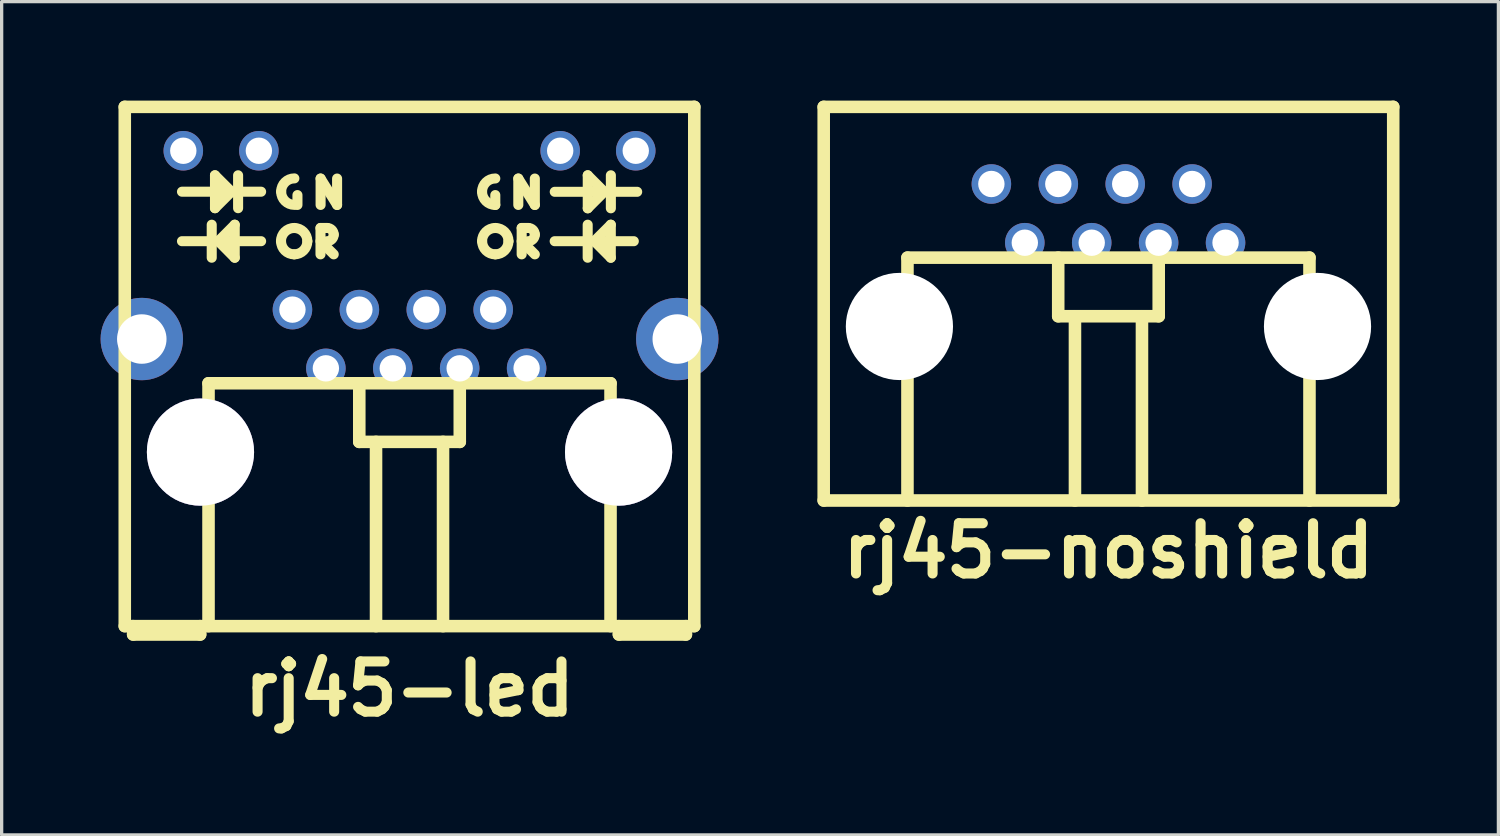
<source format=kicad_pcb>
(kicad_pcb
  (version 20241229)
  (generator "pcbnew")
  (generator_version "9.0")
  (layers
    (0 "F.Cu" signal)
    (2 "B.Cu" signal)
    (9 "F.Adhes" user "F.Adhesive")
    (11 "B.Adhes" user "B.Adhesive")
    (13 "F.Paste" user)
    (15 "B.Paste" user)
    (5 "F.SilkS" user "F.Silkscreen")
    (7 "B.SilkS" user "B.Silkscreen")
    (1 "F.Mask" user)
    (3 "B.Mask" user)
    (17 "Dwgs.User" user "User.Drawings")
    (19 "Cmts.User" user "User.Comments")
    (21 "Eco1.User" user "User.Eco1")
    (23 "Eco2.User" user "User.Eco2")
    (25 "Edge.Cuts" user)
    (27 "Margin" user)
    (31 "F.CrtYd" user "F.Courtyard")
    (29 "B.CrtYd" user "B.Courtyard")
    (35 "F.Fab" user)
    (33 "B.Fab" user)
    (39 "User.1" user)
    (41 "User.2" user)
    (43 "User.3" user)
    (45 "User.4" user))
  (footprint "rj45-led"
    (layer "F.Cu")
    (at 9.37 8.065)
    (property "Reference" "rj45-led" (at 0 9.779 0) (layer "F.SilkS") (effects (font (size 1.524 1.524) (thickness 0.305))))
    (attr through_hole)
    (fp_line (start -8.636 -7.874) (end 8.636 -7.874) (stroke (width 0.381) (type solid)) (layer "F.SilkS"))
    (fp_line (start -8.636 7.874) (end -8.636 -7.874) (stroke (width 0.381) (type solid)) (layer "F.SilkS"))
    (fp_line (start -8.382 7.874) (end -8.382 8.128) (stroke (width 0.381) (type solid)) (layer "F.SilkS"))
    (fp_line (start -8.382 8.128) (end -6.35 8.128) (stroke (width 0.381) (type solid)) (layer "F.SilkS"))
    (fp_line (start -6.901 -5.301) (end -4.501 -5.301) (stroke (width 0.305) (type solid)) (layer "F.SilkS"))
    (fp_line (start -6.901 -3.8) (end -4.501 -3.8) (stroke (width 0.305) (type solid)) (layer "F.SilkS"))
    (fp_line (start -6.35 8.128) (end -6.35 7.874) (stroke (width 0.381) (type solid)) (layer "F.SilkS"))
    (fp_line (start -6.096 0.508) (end 6.096 0.508) (stroke (width 0.381) (type solid)) (layer "F.SilkS"))
    (fp_line (start -6.096 7.874) (end -6.096 0.508) (stroke (width 0.381) (type solid)) (layer "F.SilkS"))
    (fp_line (start -5.999 -4.3) (end -5.999 -3.299) (stroke (width 0.305) (type solid)) (layer "F.SilkS"))
    (fp_line (start -5.9 -5.799) (end -5.9 -4.801) (stroke (width 0.305) (type solid)) (layer "F.SilkS"))
    (fp_line (start -5.9 -4.801) (end -5.4 -5.301) (stroke (width 0.305) (type solid)) (layer "F.SilkS"))
    (fp_line (start -5.799 -3.8) (end -5.301 -3.299) (stroke (width 0.305) (type solid)) (layer "F.SilkS"))
    (fp_line (start -5.4 -5.301) (end -5.9 -5.799) (stroke (width 0.305) (type solid)) (layer "F.SilkS"))
    (fp_line (start -5.301 -4.3) (end -5.799 -3.8) (stroke (width 0.305) (type solid)) (layer "F.SilkS"))
    (fp_line (start -5.301 -3.299) (end -5.301 -4.3) (stroke (width 0.305) (type solid)) (layer "F.SilkS"))
    (fp_line (start -5.199 -5.799) (end -5.199 -4.801) (stroke (width 0.305) (type solid)) (layer "F.SilkS"))
    (fp_line (start -3.399 -5.199) (end -3.399 -4.9) (stroke (width 0.305) (type solid)) (layer "F.SilkS"))
    (fp_line (start -2.7 -3.8) (end -2.299 -3.401) (stroke (width 0.305) (type solid)) (layer "F.SilkS"))
    (fp_line (start -2.7 -3.401) (end -2.7 -4.201) (stroke (width 0.305) (type solid)) (layer "F.SilkS"))
    (fp_line (start -2.697 -5.7) (end -2.197 -4.9) (stroke (width 0.305) (type solid)) (layer "F.SilkS"))
    (fp_line (start -2.697 -4.9) (end -2.697 -5.7) (stroke (width 0.305) (type solid)) (layer "F.SilkS"))
    (fp_line (start -2.499 -4.201) (end -2.7 -4.201) (stroke (width 0.305) (type solid)) (layer "F.SilkS"))
    (fp_line (start -2.197 -4.9) (end -2.197 -5.7) (stroke (width 0.305) (type solid)) (layer "F.SilkS"))
    (fp_line (start -1.524 2.286) (end -1.524 0.508) (stroke (width 0.381) (type solid)) (layer "F.SilkS"))
    (fp_line (start -1.016 7.874) (end -1.016 2.286) (stroke (width 0.381) (type solid)) (layer "F.SilkS"))
    (fp_line (start 1.016 2.286) (end 1.016 7.874) (stroke (width 0.381) (type solid)) (layer "F.SilkS"))
    (fp_line (start 1.524 0.508) (end 1.524 2.286) (stroke (width 0.381) (type solid)) (layer "F.SilkS"))
    (fp_line (start 1.524 2.286) (end -1.524 2.286) (stroke (width 0.381) (type solid)) (layer "F.SilkS"))
    (fp_line (start 2.601 -4.9) (end 2.601 -5.199) (stroke (width 0.305) (type solid)) (layer "F.SilkS"))
    (fp_line (start 3.299 -5.7) (end 3.8 -4.9) (stroke (width 0.305) (type solid)) (layer "F.SilkS"))
    (fp_line (start 3.299 -4.9) (end 3.299 -5.7) (stroke (width 0.305) (type solid)) (layer "F.SilkS"))
    (fp_line (start 3.401 -3.401) (end 3.401 -4.201) (stroke (width 0.305) (type solid)) (layer "F.SilkS"))
    (fp_line (start 3.599 -4.201) (end 3.401 -4.201) (stroke (width 0.305) (type solid)) (layer "F.SilkS"))
    (fp_line (start 3.8 -4.9) (end 3.8 -5.7) (stroke (width 0.305) (type solid)) (layer "F.SilkS"))
    (fp_line (start 3.8 -3.401) (end 3.401 -3.8) (stroke (width 0.305) (type solid)) (layer "F.SilkS"))
    (fp_line (start 4.402 -3.8) (end 6.802 -3.8) (stroke (width 0.305) (type solid)) (layer "F.SilkS"))
    (fp_line (start 4.404 -5.298) (end 6.904 -5.298) (stroke (width 0.305) (type solid)) (layer "F.SilkS"))
    (fp_line (start 5.403 -4.3) (end 5.403 -3.299) (stroke (width 0.305) (type solid)) (layer "F.SilkS"))
    (fp_line (start 5.405 -5.799) (end 5.905 -5.298) (stroke (width 0.305) (type solid)) (layer "F.SilkS"))
    (fp_line (start 5.405 -4.798) (end 5.405 -5.799) (stroke (width 0.305) (type solid)) (layer "F.SilkS"))
    (fp_line (start 5.603 -3.8) (end 6.104 -4.3) (stroke (width 0.305) (type solid)) (layer "F.SilkS"))
    (fp_line (start 5.905 -5.298) (end 5.405 -4.798) (stroke (width 0.305) (type solid)) (layer "F.SilkS"))
    (fp_line (start 6.096 0.508) (end 6.096 7.874) (stroke (width 0.381) (type solid)) (layer "F.SilkS"))
    (fp_line (start 6.104 -4.3) (end 6.104 -3.299) (stroke (width 0.305) (type solid)) (layer "F.SilkS"))
    (fp_line (start 6.104 -3.299) (end 5.603 -3.8) (stroke (width 0.305) (type solid)) (layer "F.SilkS"))
    (fp_line (start 6.106 -5.799) (end 6.106 -4.798) (stroke (width 0.305) (type solid)) (layer "F.SilkS"))
    (fp_line (start 6.35 7.874) (end 6.35 8.128) (stroke (width 0.381) (type solid)) (layer "F.SilkS"))
    (fp_line (start 6.35 8.128) (end 8.382 8.128) (stroke (width 0.381) (type solid)) (layer "F.SilkS"))
    (fp_line (start 8.382 8.128) (end 8.382 7.874) (stroke (width 0.381) (type solid)) (layer "F.SilkS"))
    (fp_line (start 8.636 -7.874) (end 8.636 7.874) (stroke (width 0.381) (type solid)) (layer "F.SilkS"))
    (fp_line (start 8.636 7.874) (end -8.636 7.874) (stroke (width 0.381) (type solid)) (layer "F.SilkS"))
    (fp_arc (start -3.8989 -3.79984) (mid -3.781356 -4.083616) (end -3.49758 -4.20116) (stroke (width 0.3048) (type solid)) (layer "F.SilkS"))
    (fp_arc (start -3.89382 -5.30352) (mid -3.776276 -5.587296) (end -3.4925 -5.70484) (stroke (width 0.3048) (type solid)) (layer "F.SilkS"))
    (fp_arc (start -3.50012 -4.20116) (mid -3.216344 -4.083616) (end -3.0988 -3.79984) (stroke (width 0.3048) (type solid)) (layer "F.SilkS"))
    (fp_arc (start -3.49758 -3.40106) (mid -3.77956 -3.51786) (end -3.89636 -3.79984) (stroke (width 0.3048) (type solid)) (layer "F.SilkS"))
    (fp_arc (start -3.4925 -4.9022) (mid -3.776276 -5.019744) (end -3.89382 -5.30352) (stroke (width 0.3048) (type solid)) (layer "F.SilkS"))
    (fp_arc (start -3.0988 -3.79984) (mid -3.2156 -3.51786) (end -3.49758 -3.40106) (stroke (width 0.3048) (type solid)) (layer "F.SilkS"))
    (fp_arc (start -2.49936 -4.20116) (mid -2.357472 -4.142388) (end -2.2987 -4.0005) (stroke (width 0.3048) (type solid)) (layer "F.SilkS"))
    (fp_arc (start -2.2987 -4.0005) (mid -2.357472 -3.858612) (end -2.49936 -3.79984) (stroke (width 0.3048) (type solid)) (layer "F.SilkS"))
    (fp_arc (start 2.19964 -5.30098) (mid 2.317184 -5.584756) (end 2.60096 -5.7023) (stroke (width 0.3048) (type solid)) (layer "F.SilkS"))
    (fp_arc (start 2.19964 -3.79984) (mid 2.317184 -4.083616) (end 2.60096 -4.20116) (stroke (width 0.3048) (type solid)) (layer "F.SilkS"))
    (fp_arc (start 2.60096 -4.89966) (mid 2.317184 -5.017204) (end 2.19964 -5.30098) (stroke (width 0.3048) (type solid)) (layer "F.SilkS"))
    (fp_arc (start 2.60096 -4.20116) (mid 2.884736 -4.083616) (end 3.00228 -3.79984) (stroke (width 0.3048) (type solid)) (layer "F.SilkS"))
    (fp_arc (start 2.60096 -3.40106) (mid 2.31898 -3.51786) (end 2.20218 -3.79984) (stroke (width 0.3048) (type solid)) (layer "F.SilkS"))
    (fp_arc (start 2.99974 -3.79984) (mid 2.88294 -3.51786) (end 2.60096 -3.40106) (stroke (width 0.3048) (type solid)) (layer "F.SilkS"))
    (fp_arc (start 3.59918 -4.20116) (mid 3.741068 -4.142388) (end 3.79984 -4.0005) (stroke (width 0.3048) (type solid)) (layer "F.SilkS"))
    (fp_arc (start 3.79984 -4.0005) (mid 3.741068 -3.858612) (end 3.59918 -3.79984) (stroke (width 0.3048) (type solid)) (layer "F.SilkS"))
    (pad "" thru_hole circle (at -8.12 -0.833) (size 2.499 2.499) (drill 1.501) (layers "*.Cu"))
    (pad "" thru_hole circle (at -6.34 2.596) (size 3.251 3.251) (drill 3.251) (layers "*.Cu"))
    (pad "" thru_hole circle (at 6.34 2.596) (size 3.251 3.251) (drill 3.251) (layers "*.Cu"))
    (pad "" thru_hole circle (at 8.12 -0.833) (size 2.499 2.499) (drill 1.501) (layers "*.Cu"))
    (pad "1" thru_hole circle (at 3.551 0.056) (size 1.199 1.199) (drill 0.8) (layers "*.Cu"))
    (pad "2" thru_hole circle (at 2.537 -1.725) (size 1.199 1.199) (drill 0.8) (layers "*.Cu"))
    (pad "3" thru_hole circle (at 1.521 0.056) (size 1.199 1.199) (drill 0.8) (layers "*.Cu"))
    (pad "4" thru_hole circle (at 0.508 -1.725) (size 1.199 1.199) (drill 0.8) (layers "*.Cu"))
    (pad "5" thru_hole circle (at -0.508 0.056) (size 1.199 1.199) (drill 0.8) (layers "*.Cu"))
    (pad "6" thru_hole circle (at -1.521 -1.725) (size 1.199 1.199) (drill 0.8) (layers "*.Cu"))
    (pad "7" thru_hole circle (at -2.537 0.056) (size 1.199 1.199) (drill 0.8) (layers "*.Cu"))
    (pad "8" thru_hole circle (at -3.551 -1.725) (size 1.199 1.199) (drill 0.8) (layers "*.Cu"))
    (pad "9" thru_hole circle (at 6.861 -6.543) (size 1.199 1.199) (drill 0.8) (layers "*.Cu"))
    (pad "10" thru_hole circle (at 4.569 -6.543) (size 1.199 1.199) (drill 0.8) (layers "*.Cu"))
    (pad "11" thru_hole circle (at -4.569 -6.543) (size 1.199 1.199) (drill 0.8) (layers "*.Cu"))
    (pad "12" thru_hole circle (at -6.861 -6.543) (size 1.199 1.199) (drill 0.8) (layers "*.Cu")))
  (footprint "rj45-noshield"
    (layer "F.Cu")
    (at 30.567 6.795)
    (property "Reference" "rj45-noshield" (at 0 6.858 0) (layer "F.SilkS") (effects (font (size 1.524 1.524) (thickness 0.305))))
    (attr through_hole)
    (fp_line (start -8.636 -6.604) (end -8.636 5.334) (stroke (width 0.381) (type solid)) (layer "F.SilkS"))
    (fp_line (start -8.636 -6.604) (end 8.636 -6.604) (stroke (width 0.381) (type solid)) (layer "F.SilkS"))
    (fp_line (start -6.096 -2.032) (end 6.096 -2.032) (stroke (width 0.381) (type solid)) (layer "F.SilkS"))
    (fp_line (start -6.096 5.334) (end -6.096 -2.032) (stroke (width 0.381) (type solid)) (layer "F.SilkS"))
    (fp_line (start -1.524 -0.254) (end -1.524 -2.032) (stroke (width 0.381) (type solid)) (layer "F.SilkS"))
    (fp_line (start -1.016 5.334) (end -1.016 -0.254) (stroke (width 0.381) (type solid)) (layer "F.SilkS"))
    (fp_line (start 1.016 -0.254) (end 1.016 5.334) (stroke (width 0.381) (type solid)) (layer "F.SilkS"))
    (fp_line (start 1.524 -2.032) (end 1.524 -0.254) (stroke (width 0.381) (type solid)) (layer "F.SilkS"))
    (fp_line (start 1.524 -0.254) (end -1.524 -0.254) (stroke (width 0.381) (type solid)) (layer "F.SilkS"))
    (fp_line (start 6.096 -2.032) (end 6.096 5.334) (stroke (width 0.381) (type solid)) (layer "F.SilkS"))
    (fp_line (start 8.636 5.334) (end -8.636 5.334) (stroke (width 0.381) (type solid)) (layer "F.SilkS"))
    (fp_line (start 8.636 5.334) (end 8.636 -6.604) (stroke (width 0.381) (type solid)) (layer "F.SilkS"))
    (pad "" np_thru_hole circle (at -6.34 0.056) (size 3.251 3.251) (drill 3.251) (layers "*.Cu"))
    (pad "" np_thru_hole circle (at 6.34 0.056) (size 3.251 3.251) (drill 3.251) (layers "*.Cu"))
    (pad "1" thru_hole circle (at 3.551 -2.484) (size 1.199 1.199) (drill 0.8) (layers "*.Cu" "*.Mask"))
    (pad "2" thru_hole circle (at 2.537 -4.265) (size 1.199 1.199) (drill 0.8) (layers "*.Cu" "*.Mask"))
    (pad "3" thru_hole circle (at 1.521 -2.484) (size 1.199 1.199) (drill 0.8) (layers "*.Cu" "*.Mask"))
    (pad "4" thru_hole circle (at 0.508 -4.265) (size 1.199 1.199) (drill 0.8) (layers "*.Cu" "*.Mask"))
    (pad "5" thru_hole circle (at -0.508 -2.484) (size 1.199 1.199) (drill 0.8) (layers "*.Cu" "*.Mask"))
    (pad "6" thru_hole circle (at -1.521 -4.265) (size 1.199 1.199) (drill 0.8) (layers "*.Cu" "*.Mask"))
    (pad "7" thru_hole circle (at -2.537 -2.484) (size 1.199 1.199) (drill 0.8) (layers "*.Cu" "*.Mask"))
    (pad "8" thru_hole circle (at -3.551 -4.265) (size 1.199 1.199) (drill 0.8) (layers "*.Cu" "*.Mask")))
  (gr_rect
    (start -3 -3)
    (end 42.393 22.27)
    (stroke (width 0.1) (type default))
    (fill no)
    (layer "Edge.Cuts")))
</source>
